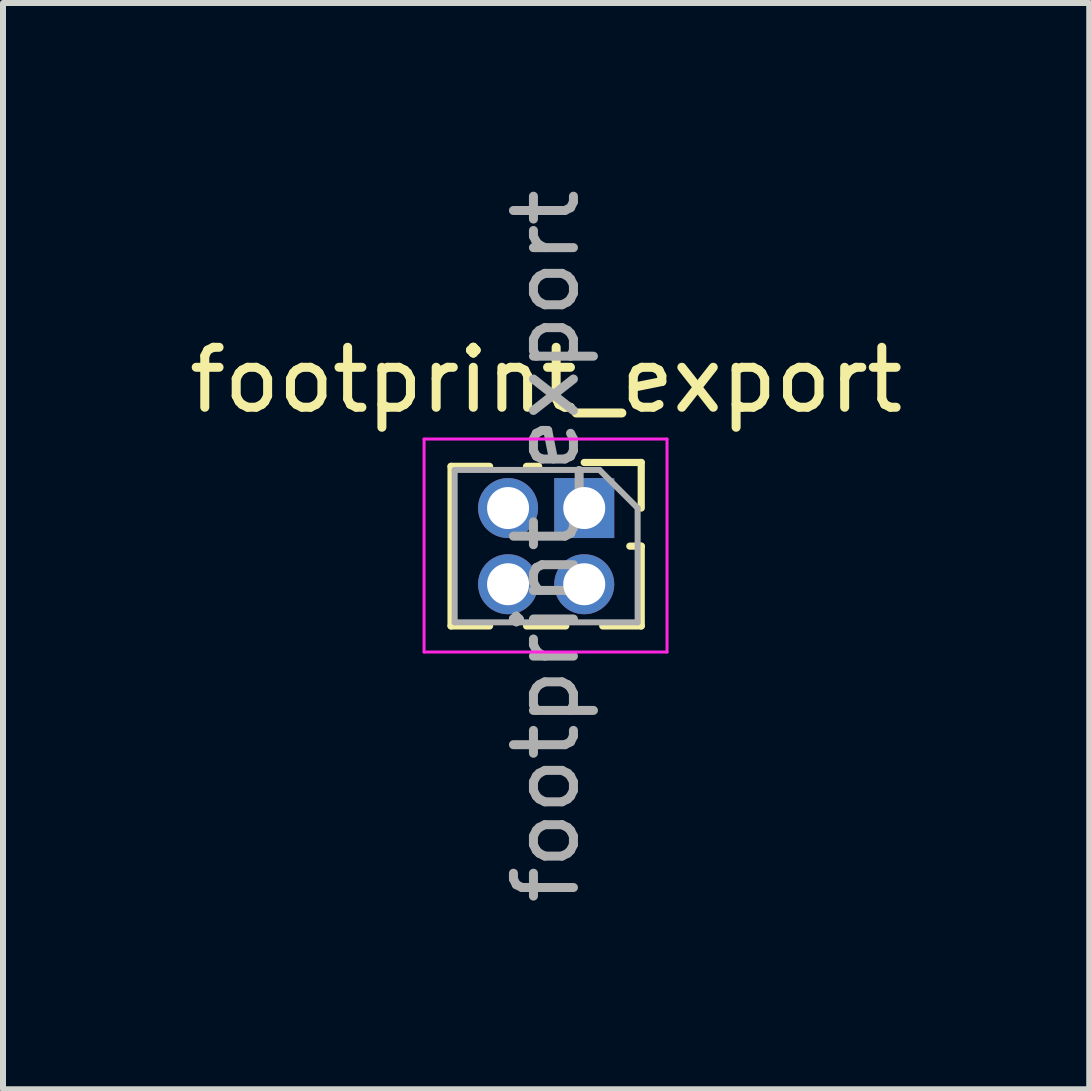
<source format=kicad_pcb>
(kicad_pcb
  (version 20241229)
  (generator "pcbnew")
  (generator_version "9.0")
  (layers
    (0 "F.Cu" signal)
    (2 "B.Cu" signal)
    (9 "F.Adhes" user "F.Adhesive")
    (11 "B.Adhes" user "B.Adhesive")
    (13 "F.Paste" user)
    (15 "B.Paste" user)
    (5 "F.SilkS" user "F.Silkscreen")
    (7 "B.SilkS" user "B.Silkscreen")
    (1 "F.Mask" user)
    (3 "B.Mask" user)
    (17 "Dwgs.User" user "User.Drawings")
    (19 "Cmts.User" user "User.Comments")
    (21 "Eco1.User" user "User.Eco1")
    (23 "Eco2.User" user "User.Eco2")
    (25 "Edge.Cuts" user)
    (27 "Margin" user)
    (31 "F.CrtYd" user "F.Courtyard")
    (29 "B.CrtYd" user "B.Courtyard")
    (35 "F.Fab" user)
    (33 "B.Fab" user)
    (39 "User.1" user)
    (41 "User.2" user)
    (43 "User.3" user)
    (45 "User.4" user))
  (footprint "footprint_export"
    (layer "F.Cu")
    (at 6.689 5.419)
    (property "Reference" "footprint_export" (at -0.635 -2.135 0) (layer "F.SilkS") (effects (font (size 1 1) (thickness 0.15))))
    (attr through_hole)
    (fp_line (start -2.22 -0.695) (end -2.22 1.965) (stroke (width 0.12) (type solid)) (layer "F.SilkS"))
    (fp_line (start -2.22 -0.695) (end -1.578 -0.695) (stroke (width 0.12) (type solid)) (layer "F.SilkS"))
    (fp_line (start -2.22 1.965) (end -1.578 1.965) (stroke (width 0.12) (type solid)) (layer "F.SilkS"))
    (fp_line (start -0.962 -0.695) (end -0.76 -0.695) (stroke (width 0.12) (type solid)) (layer "F.SilkS"))
    (fp_line (start -0.962 1.965) (end -0.308 1.965) (stroke (width 0.12) (type solid)) (layer "F.SilkS"))
    (fp_line (start 0 -0.76) (end 0.95 -0.76) (stroke (width 0.12) (type solid)) (layer "F.SilkS"))
    (fp_line (start 0.308 1.965) (end 0.95 1.965) (stroke (width 0.12) (type solid)) (layer "F.SilkS"))
    (fp_line (start 0.76 0.635) (end 0.95 0.635) (stroke (width 0.12) (type solid)) (layer "F.SilkS"))
    (fp_line (start 0.95 -0.76) (end 0.95 0) (stroke (width 0.12) (type solid)) (layer "F.SilkS"))
    (fp_line (start 0.95 0.635) (end 0.95 1.965) (stroke (width 0.12) (type solid)) (layer "F.SilkS"))
    (fp_line (start -2.67 -1.15) (end 1.38 -1.15) (stroke (width 0.05) (type solid)) (layer "F.CrtYd"))
    (fp_line (start -2.67 2.4) (end -2.67 -1.15) (stroke (width 0.05) (type solid)) (layer "F.CrtYd"))
    (fp_line (start 1.38 -1.15) (end 1.38 2.4) (stroke (width 0.05) (type solid)) (layer "F.CrtYd"))
    (fp_line (start 1.38 2.4) (end -2.67 2.4) (stroke (width 0.05) (type solid)) (layer "F.CrtYd"))
    (fp_line (start -2.16 -0.635) (end 0.255 -0.635) (stroke (width 0.1) (type solid)) (layer "F.Fab"))
    (fp_line (start -2.16 1.905) (end -2.16 -0.635) (stroke (width 0.1) (type solid)) (layer "F.Fab"))
    (fp_line (start 0.255 -0.635) (end 0.89 0) (stroke (width 0.1) (type solid)) (layer "F.Fab"))
    (fp_line (start 0.89 0) (end 0.89 1.905) (stroke (width 0.1) (type solid)) (layer "F.Fab"))
    (fp_line (start 0.89 1.905) (end -2.16 1.905) (stroke (width 0.1) (type solid)) (layer "F.Fab"))
    (fp_text user "${REFERENCE}" (at -0.635 0.635 90) (layer "F.Fab") (effects (font (size 1 1) (thickness 0.15))))
    (pad "1" thru_hole rect (at 0 0) (size 1 1) (drill 0.7) (layers "*.Cu" "*.Mask"))
    (pad "2" thru_hole oval (at -1.27 0) (size 1 1) (drill 0.7) (layers "*.Cu" "*.Mask"))
    (pad "3" thru_hole oval (at 0 1.27) (size 1 1) (drill 0.7) (layers "*.Cu" "*.Mask"))
    (pad "4" thru_hole oval (at -1.27 1.27) (size 1 1) (drill 0.7) (layers "*.Cu" "*.Mask")))
  (gr_rect
    (start -3 -3)
    (end 15.107 15.107)
    (stroke (width 0.1) (type default))
    (fill no)
    (layer "Edge.Cuts")))
</source>
